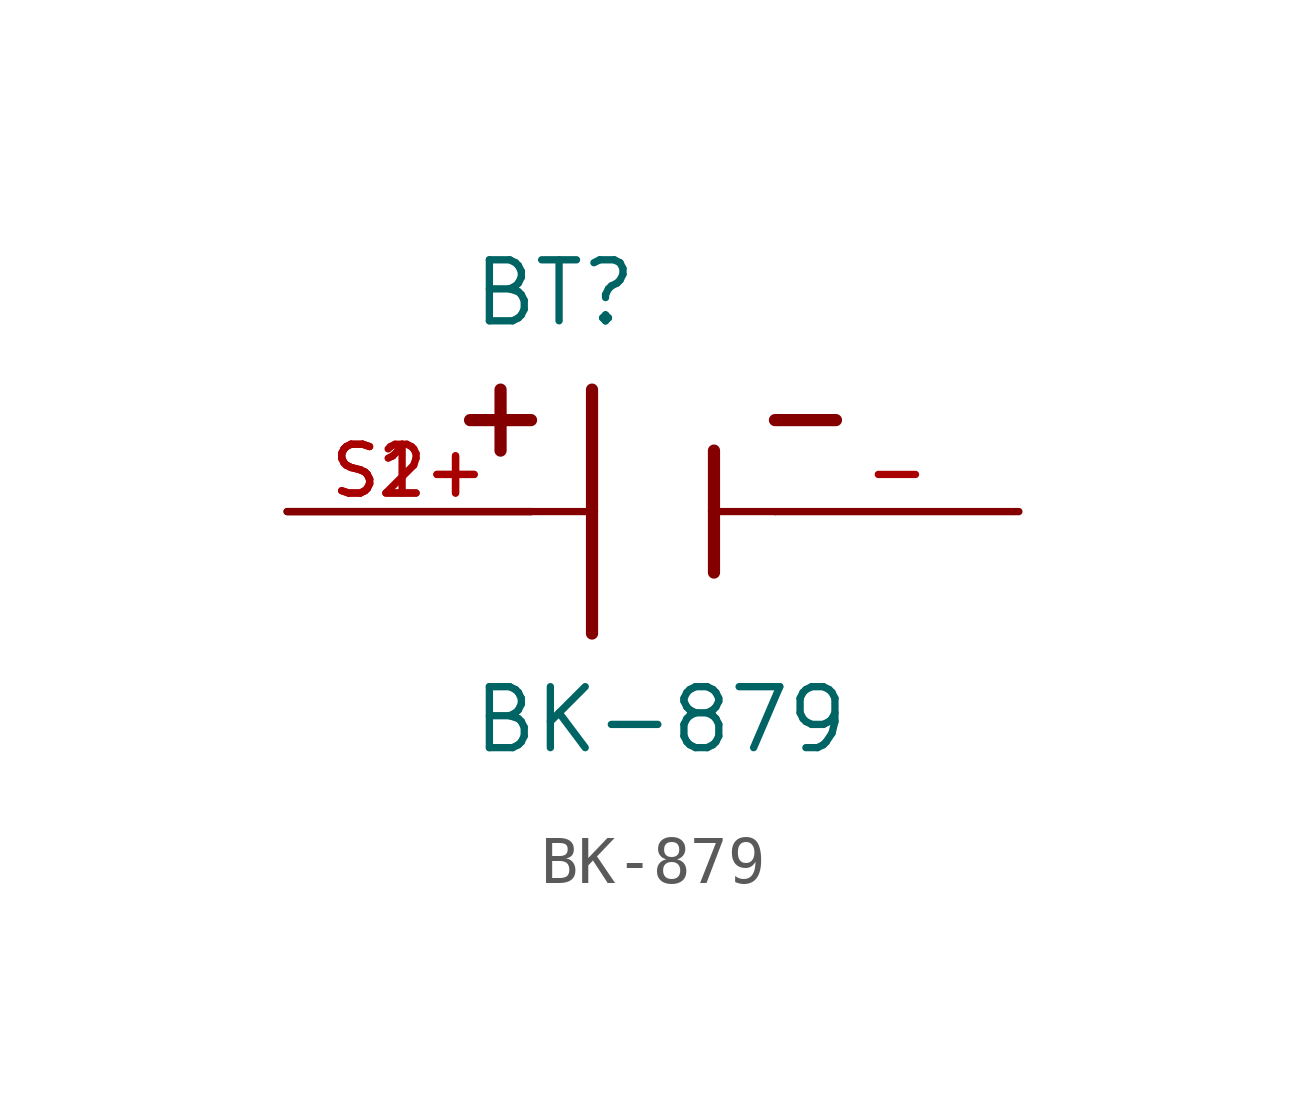
<source format=kicad_sym>
(kicad_symbol_lib
  (version 20211014)
  (generator kicad_symbol_editor)
  (symbol "BK-879"
    (pin_names
      (offset 1.016))
    (property "Reference" "BT"
      (at -3.81 3.81 0)
      (effects (font (size 1.27 1.27)) (justify bottom left)))
    (property "Value" "BK-879"
      (at -3.81 -5.08 0)
      (effects (font (size 1.27 1.27)) (justify bottom left)))
    (symbol "BK-879_0_0"
      (polyline (pts (xy -1.27 2.54) (xy -1.27 0.0)) (stroke (width 0.254)))
      (polyline (pts (xy -1.27 0.0) (xy -1.27 -2.54)) (stroke (width 0.254)))
      (polyline (pts (xy 1.27 1.27) (xy 1.27 0.0)) (stroke (width 0.254)))
      (polyline (pts (xy 1.27 0.0) (xy 1.27 -1.27)) (stroke (width 0.254)))
      (polyline (pts (xy -1.27 0.0) (xy -2.54 0.0)) (stroke (width 0.152)))
      (polyline (pts (xy 1.27 0.0) (xy 2.54 0.0)) (stroke (width 0.152)))
      (polyline (pts (xy -3.175 2.54) (xy -3.175 1.27)) (stroke (width 0.254)))
      (polyline (pts (xy -3.81 1.905) (xy -2.54 1.905)) (stroke (width 0.254)))
      (polyline (pts (xy 3.81 1.905) (xy 2.54 1.905)) (stroke (width 0.254)))
      (pin passive line (at -7.62 0.0 0) (length 5.08) (name "~" (effects (font (size 1.016 1.016)))) (number "S1+" (effects (font (size 1.016 1.016)))))
      (pin passive line (at -7.62 0.0 0) (length 5.08) (name "~" (effects (font (size 1.016 1.016)))) (number "S2+" (effects (font (size 1.016 1.016)))))
      (pin passive line (at 7.62 0.0 180.0) (length 5.08) (name "~" (effects (font (size 1.016 1.016)))) (number "-" (effects (font (size 1.016 1.016))))))))
</source>
